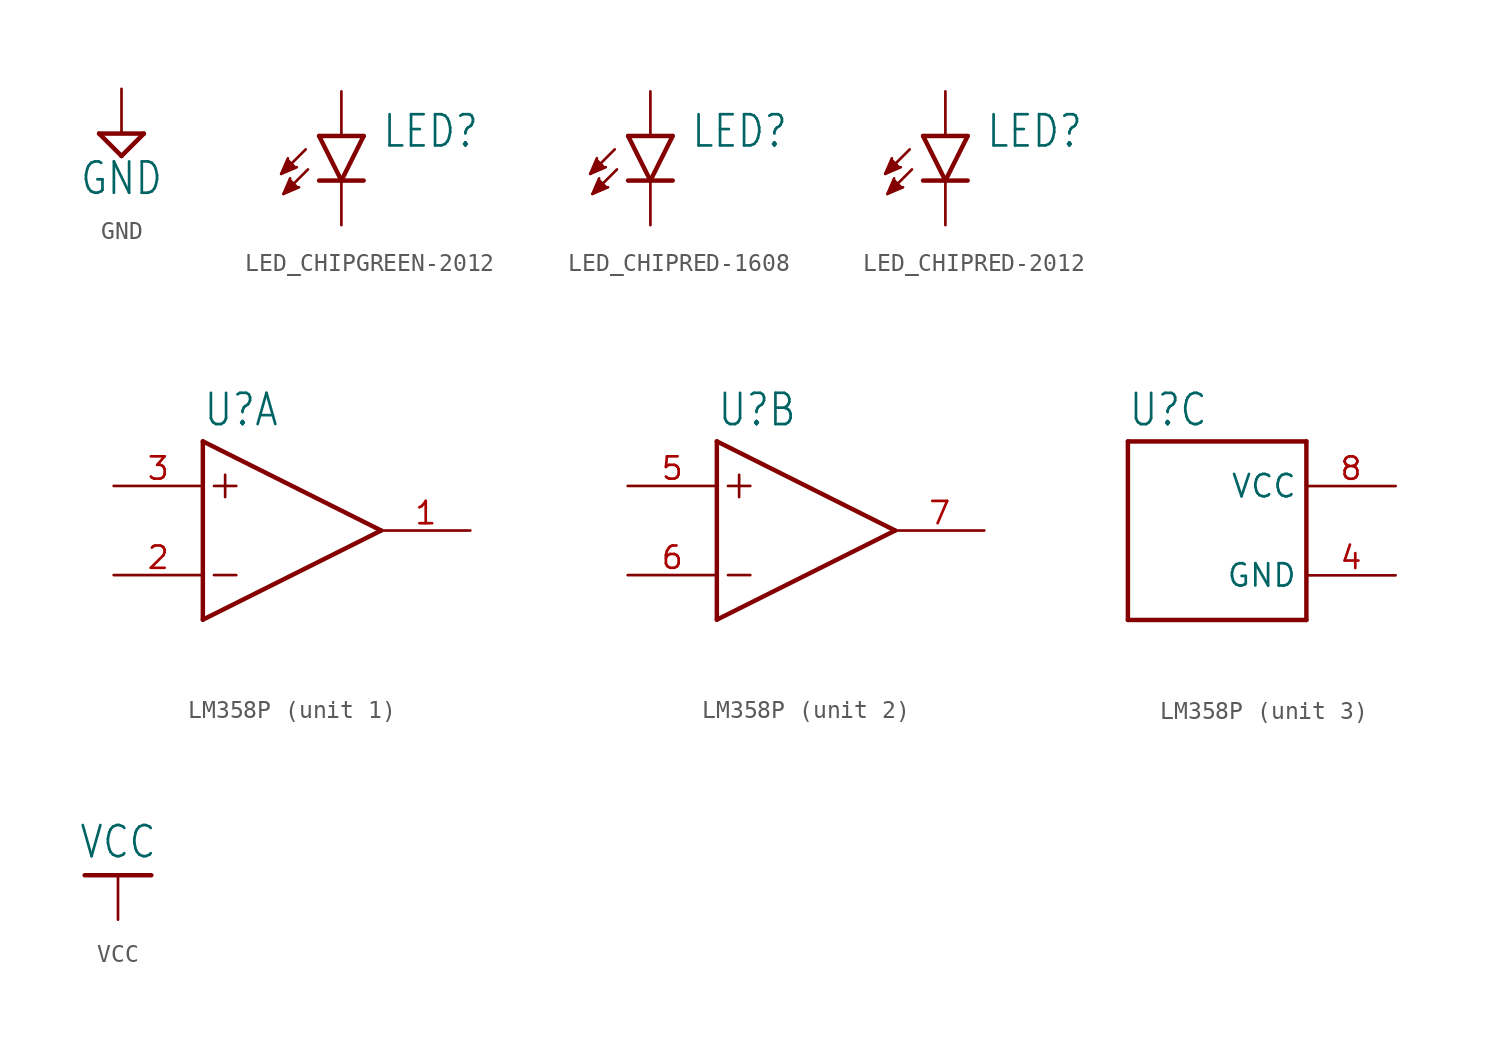
<source format=kicad_sym>
(kicad_symbol_lib
  (version 20220914)
  (generator kicad_symbol_editor)
  (symbol "GND"
    (power)
    (property "Reference" "#SUPPLY"
      (at 0 0 0)
      (effects (font (size 1.27 1.27)) hide))
    (property "Value" "GND"
      (at 0 -2.54 0)
      (effects (font (size 1.778 1.511))))
    (property "ki_locked" ""
      (at 0 0 0)
      (effects (font (size 1.27 1.27))))
    (symbol "GND_1_0"
      (polyline (pts (xy -1.27 0) (xy 1.27 0)) (stroke (width 0.254) (type solid)) (fill (type none)))
      (polyline (pts (xy 0 -1.27) (xy -1.27 0)) (stroke (width 0.254) (type solid)) (fill (type none)))
      (polyline (pts (xy 1.27 0) (xy 0 -1.27)) (stroke (width 0.254) (type solid)) (fill (type none)))
      (pin power_in line (at 0 2.54 270) (length 2.54) (name "GND" (effects (font (size 0 0)))) (number "1" (effects (font (size 0 0)))))))
  (symbol "LED_CHIPGREEN-2012"
    (property "Reference" "LED"
      (at 2.286 -0.762 0)
      (effects (font (size 1.778 1.511)) (justify left bottom)))
    (property "Value" ""
      (at 1.905 -3.302 0)
      (effects (font (size 1.778 1.511)) (justify left bottom)))
    (property "ki_locked" ""
      (at 0 0 0)
      (effects (font (size 1.27 1.27))))
    (symbol "LED_CHIPGREEN-2012_1_0"
      (polyline (pts (xy -2.032 -0.762) (xy -3.429 -2.159)) (stroke (width 0.152) (type solid)) (fill (type none)))
      (polyline (pts (xy -1.905 -1.905) (xy -3.302 -3.302)) (stroke (width 0.152) (type solid)) (fill (type none)))
      (polyline (pts (xy 0 -2.54) (xy -1.27 -2.54)) (stroke (width 0.254) (type solid)) (fill (type none)))
      (polyline (pts (xy 0 -2.54) (xy -1.27 0)) (stroke (width 0.254) (type solid)) (fill (type none)))
      (polyline (pts (xy 1.27 -2.54) (xy 0 -2.54)) (stroke (width 0.254) (type solid)) (fill (type none)))
      (polyline (pts (xy 1.27 0) (xy -1.27 0)) (stroke (width 0.254) (type solid)) (fill (type none)))
      (polyline (pts (xy 1.27 0) (xy 0 -2.54)) (stroke (width 0.254) (type solid)) (fill (type none)))
      (polyline (pts (xy -3.048 -1.27) (xy -3.429 -2.159) (xy -2.54 -1.778)) (stroke (width 0.152) (type solid)) (fill (type outline)))
      (polyline (pts (xy -2.921 -2.413) (xy -3.302 -3.302) (xy -2.413 -2.921)) (stroke (width 0.152) (type solid)) (fill (type outline)))
      (pin passive line (at 0 -5.08 90) (length 2.54) (name "C" (effects (font (size 0 0)))) (number "1" (effects (font (size 0 0)))))
      (pin passive line (at 0 2.54 270) (length 2.54) (name "A" (effects (font (size 0 0)))) (number "2" (effects (font (size 0 0)))))))
  (symbol "LED_CHIPRED-1608"
    (property "Reference" "LED"
      (at 2.286 -0.762 0)
      (effects (font (size 1.778 1.511)) (justify left bottom)))
    (property "Value" ""
      (at 1.905 -3.302 0)
      (effects (font (size 1.778 1.511)) (justify left bottom)))
    (property "ki_locked" ""
      (at 0 0 0)
      (effects (font (size 1.27 1.27))))
    (symbol "LED_CHIPRED-1608_1_0"
      (polyline (pts (xy -2.032 -0.762) (xy -3.429 -2.159)) (stroke (width 0.152) (type solid)) (fill (type none)))
      (polyline (pts (xy -1.905 -1.905) (xy -3.302 -3.302)) (stroke (width 0.152) (type solid)) (fill (type none)))
      (polyline (pts (xy 0 -2.54) (xy -1.27 -2.54)) (stroke (width 0.254) (type solid)) (fill (type none)))
      (polyline (pts (xy 0 -2.54) (xy -1.27 0)) (stroke (width 0.254) (type solid)) (fill (type none)))
      (polyline (pts (xy 1.27 -2.54) (xy 0 -2.54)) (stroke (width 0.254) (type solid)) (fill (type none)))
      (polyline (pts (xy 1.27 0) (xy -1.27 0)) (stroke (width 0.254) (type solid)) (fill (type none)))
      (polyline (pts (xy 1.27 0) (xy 0 -2.54)) (stroke (width 0.254) (type solid)) (fill (type none)))
      (polyline (pts (xy -3.048 -1.27) (xy -3.429 -2.159) (xy -2.54 -1.778)) (stroke (width 0.152) (type solid)) (fill (type outline)))
      (polyline (pts (xy -2.921 -2.413) (xy -3.302 -3.302) (xy -2.413 -2.921)) (stroke (width 0.152) (type solid)) (fill (type outline)))
      (pin passive line (at 0 -5.08 90) (length 2.54) (name "C" (effects (font (size 0 0)))) (number "1" (effects (font (size 0 0)))))
      (pin passive line (at 0 2.54 270) (length 2.54) (name "A" (effects (font (size 0 0)))) (number "2" (effects (font (size 0 0)))))))
  (symbol "LED_CHIPRED-2012"
    (property "Reference" "LED"
      (at 2.286 -0.762 0)
      (effects (font (size 1.778 1.511)) (justify left bottom)))
    (property "Value" ""
      (at 1.905 -3.302 0)
      (effects (font (size 1.778 1.511)) (justify left bottom)))
    (property "ki_locked" ""
      (at 0 0 0)
      (effects (font (size 1.27 1.27))))
    (symbol "LED_CHIPRED-2012_1_0"
      (polyline (pts (xy -2.032 -0.762) (xy -3.429 -2.159)) (stroke (width 0.152) (type solid)) (fill (type none)))
      (polyline (pts (xy -1.905 -1.905) (xy -3.302 -3.302)) (stroke (width 0.152) (type solid)) (fill (type none)))
      (polyline (pts (xy 0 -2.54) (xy -1.27 -2.54)) (stroke (width 0.254) (type solid)) (fill (type none)))
      (polyline (pts (xy 0 -2.54) (xy -1.27 0)) (stroke (width 0.254) (type solid)) (fill (type none)))
      (polyline (pts (xy 1.27 -2.54) (xy 0 -2.54)) (stroke (width 0.254) (type solid)) (fill (type none)))
      (polyline (pts (xy 1.27 0) (xy -1.27 0)) (stroke (width 0.254) (type solid)) (fill (type none)))
      (polyline (pts (xy 1.27 0) (xy 0 -2.54)) (stroke (width 0.254) (type solid)) (fill (type none)))
      (polyline (pts (xy -3.048 -1.27) (xy -3.429 -2.159) (xy -2.54 -1.778)) (stroke (width 0.152) (type solid)) (fill (type outline)))
      (polyline (pts (xy -2.921 -2.413) (xy -3.302 -3.302) (xy -2.413 -2.921)) (stroke (width 0.152) (type solid)) (fill (type outline)))
      (pin passive line (at 0 -5.08 90) (length 2.54) (name "C" (effects (font (size 0 0)))) (number "1" (effects (font (size 0 0)))))
      (pin passive line (at 0 2.54 270) (length 2.54) (name "A" (effects (font (size 0 0)))) (number "2" (effects (font (size 0 0)))))))
  (symbol "LM358P"
    (property "Reference" "U"
      (at -5.08 5.842 0)
      (effects (font (size 1.778 1.511)) (justify left bottom)))
    (property "Value" ""
      (at -5.08 -7.62 0)
      (effects (font (size 1.778 1.511)) (justify left bottom)))
    (property "ki_locked" ""
      (at 0 0 0)
      (effects (font (size 1.27 1.27))))
    (symbol "LM358P_1_0"
      (polyline (pts (xy -5.08 -5.08) (xy 5.08 0)) (stroke (width 0.254) (type solid)) (fill (type none)))
      (polyline (pts (xy -5.08 5.08) (xy -5.08 -5.08)) (stroke (width 0.254) (type solid)) (fill (type none)))
      (polyline (pts (xy -4.445 -2.54) (xy -3.175 -2.54)) (stroke (width 0.152) (type solid)) (fill (type none)))
      (polyline (pts (xy -4.445 2.54) (xy -3.175 2.54)) (stroke (width 0.152) (type solid)) (fill (type none)))
      (polyline (pts (xy -3.81 3.175) (xy -3.81 1.905)) (stroke (width 0.152) (type solid)) (fill (type none)))
      (polyline (pts (xy 5.08 0) (xy -5.08 5.08)) (stroke (width 0.254) (type solid)) (fill (type none)))
      (pin output line (at 10.16 0 180) (length 5.08) (name "OUT1" (effects (font (size 0 0)))) (number "1" (effects (font (size 1.27 1.27)))))
      (pin input line (at -10.16 -2.54 0) (length 5.08) (name "-IN1" (effects (font (size 0 0)))) (number "2" (effects (font (size 1.27 1.27)))))
      (pin input line (at -10.16 2.54 0) (length 5.08) (name "+IN1" (effects (font (size 0 0)))) (number "3" (effects (font (size 1.27 1.27))))))
    (symbol "LM358P_2_0"
      (polyline (pts (xy -5.08 -5.08) (xy 5.08 0)) (stroke (width 0.254) (type solid)) (fill (type none)))
      (polyline (pts (xy -5.08 5.08) (xy -5.08 -5.08)) (stroke (width 0.254) (type solid)) (fill (type none)))
      (polyline (pts (xy -4.445 -2.54) (xy -3.175 -2.54)) (stroke (width 0.152) (type solid)) (fill (type none)))
      (polyline (pts (xy -4.445 2.54) (xy -3.175 2.54)) (stroke (width 0.152) (type solid)) (fill (type none)))
      (polyline (pts (xy -3.81 3.175) (xy -3.81 1.905)) (stroke (width 0.152) (type solid)) (fill (type none)))
      (polyline (pts (xy 5.08 0) (xy -5.08 5.08)) (stroke (width 0.254) (type solid)) (fill (type none)))
      (pin input line (at -10.16 2.54 0) (length 5.08) (name "+IN2" (effects (font (size 0 0)))) (number "5" (effects (font (size 1.27 1.27)))))
      (pin input line (at -10.16 -2.54 0) (length 5.08) (name "-IN2" (effects (font (size 0 0)))) (number "6" (effects (font (size 1.27 1.27)))))
      (pin output line (at 10.16 0 180) (length 5.08) (name "OUT2" (effects (font (size 0 0)))) (number "7" (effects (font (size 1.27 1.27))))))
    (symbol "LM358P_3_0"
      (polyline (pts (xy -5.08 -5.08) (xy -5.08 5.08)) (stroke (width 0.254) (type solid)) (fill (type none)))
      (polyline (pts (xy -5.08 5.08) (xy 5.08 5.08)) (stroke (width 0.254) (type solid)) (fill (type none)))
      (polyline (pts (xy 5.08 -5.08) (xy -5.08 -5.08)) (stroke (width 0.254) (type solid)) (fill (type none)))
      (polyline (pts (xy 5.08 5.08) (xy 5.08 -5.08)) (stroke (width 0.254) (type solid)) (fill (type none)))
      (pin power_in line (at 10.16 -2.54 180) (length 5.08) (name "GND" (effects (font (size 1.27 1.27)))) (number "4" (effects (font (size 1.27 1.27)))))
      (pin power_in line (at 10.16 2.54 180) (length 5.08) (name "VCC" (effects (font (size 1.27 1.27)))) (number "8" (effects (font (size 1.27 1.27)))))))
  (symbol "VCC"
    (power)
    (property "Reference" "#SUPPLY"
      (at 0 0 0)
      (effects (font (size 1.27 1.27)) hide))
    (property "Value" "VCC"
      (at 0 4.445 0)
      (effects (font (size 1.778 1.511))))
    (property "ki_locked" ""
      (at 0 0 0)
      (effects (font (size 1.27 1.27))))
    (symbol "VCC_1_0"
      (polyline (pts (xy 1.905 2.54) (xy -1.905 2.54)) (stroke (width 0.254) (type solid)) (fill (type none)))
      (pin power_in line (at 0 0 90) (length 2.54) (name "VCC" (effects (font (size 0 0)))) (number "1" (effects (font (size 0 0))))))))
</source>
